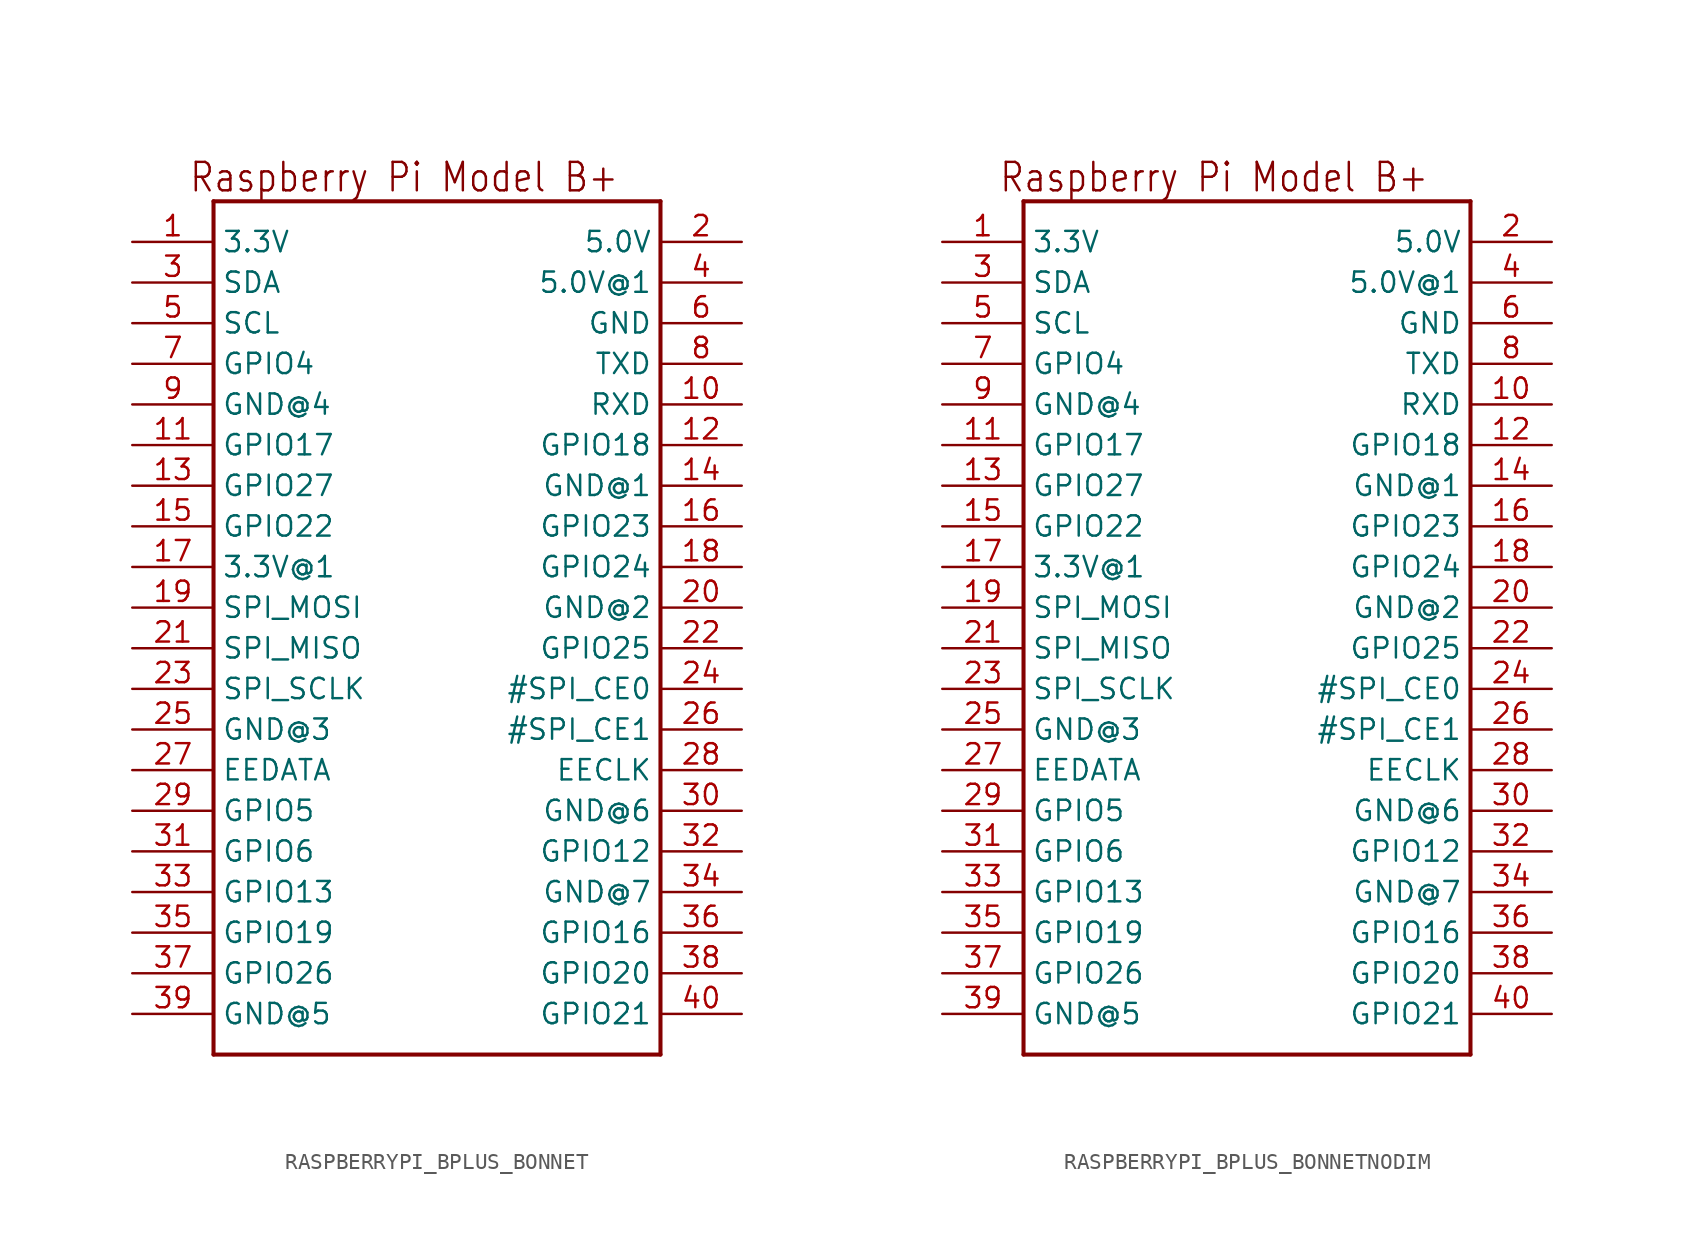
<source format=kicad_sym>
(kicad_symbol_lib
  (version 20220914)
  (generator kicad_symbol_editor)
  (symbol "RASPBERRYPI_BPLUS_BONNET"
    (property "Reference" "RPI"
      (at 0 0 0)
      (effects (font (size 1.27 1.27)) hide))
    (property "ki_locked" ""
      (at 0 0 0)
      (effects (font (size 1.27 1.27))))
    (symbol "RASPBERRYPI_BPLUS_BONNET_1_0"
      (polyline (pts (xy -12.7 -30.48) (xy -12.7 22.86)) (stroke (width 0.254) (type solid)) (fill (type none)))
      (polyline (pts (xy -12.7 22.86) (xy 15.24 22.86)) (stroke (width 0.254) (type solid)) (fill (type none)))
      (polyline (pts (xy 15.24 -30.48) (xy -12.7 -30.48)) (stroke (width 0.254) (type solid)) (fill (type none)))
      (polyline (pts (xy 15.24 22.86) (xy 15.24 -30.48)) (stroke (width 0.254) (type solid)) (fill (type none)))
      (text "Raspberry Pi Model B+" (at 12.7 25.4 0) (effects (font (size 1.778 1.511)) (justify right top)))
      (pin power_in line (at -17.78 20.32 0) (length 5.08) (name "3.3V" (effects (font (size 1.27 1.27)))) (number "1" (effects (font (size 1.27 1.27)))))
      (pin bidirectional line (at 20.32 10.16 180) (length 5.08) (name "RXD" (effects (font (size 1.27 1.27)))) (number "10" (effects (font (size 1.27 1.27)))))
      (pin bidirectional line (at -17.78 7.62 0) (length 5.08) (name "GPIO17" (effects (font (size 1.27 1.27)))) (number "11" (effects (font (size 1.27 1.27)))))
      (pin bidirectional line (at 20.32 7.62 180) (length 5.08) (name "GPIO18" (effects (font (size 1.27 1.27)))) (number "12" (effects (font (size 1.27 1.27)))))
      (pin bidirectional line (at -17.78 5.08 0) (length 5.08) (name "GPIO27" (effects (font (size 1.27 1.27)))) (number "13" (effects (font (size 1.27 1.27)))))
      (pin power_in line (at 20.32 5.08 180) (length 5.08) (name "GND@1" (effects (font (size 1.27 1.27)))) (number "14" (effects (font (size 1.27 1.27)))))
      (pin bidirectional line (at -17.78 2.54 0) (length 5.08) (name "GPIO22" (effects (font (size 1.27 1.27)))) (number "15" (effects (font (size 1.27 1.27)))))
      (pin bidirectional line (at 20.32 2.54 180) (length 5.08) (name "GPIO23" (effects (font (size 1.27 1.27)))) (number "16" (effects (font (size 1.27 1.27)))))
      (pin power_in line (at -17.78 0 0) (length 5.08) (name "3.3V@1" (effects (font (size 1.27 1.27)))) (number "17" (effects (font (size 1.27 1.27)))))
      (pin bidirectional line (at 20.32 0 180) (length 5.08) (name "GPIO24" (effects (font (size 1.27 1.27)))) (number "18" (effects (font (size 1.27 1.27)))))
      (pin bidirectional line (at -17.78 -2.54 0) (length 5.08) (name "SPI_MOSI" (effects (font (size 1.27 1.27)))) (number "19" (effects (font (size 1.27 1.27)))))
      (pin power_in line (at 20.32 20.32 180) (length 5.08) (name "5.0V" (effects (font (size 1.27 1.27)))) (number "2" (effects (font (size 1.27 1.27)))))
      (pin power_in line (at 20.32 -2.54 180) (length 5.08) (name "GND@2" (effects (font (size 1.27 1.27)))) (number "20" (effects (font (size 1.27 1.27)))))
      (pin bidirectional line (at -17.78 -5.08 0) (length 5.08) (name "SPI_MISO" (effects (font (size 1.27 1.27)))) (number "21" (effects (font (size 1.27 1.27)))))
      (pin bidirectional line (at 20.32 -5.08 180) (length 5.08) (name "GPIO25" (effects (font (size 1.27 1.27)))) (number "22" (effects (font (size 1.27 1.27)))))
      (pin bidirectional line (at -17.78 -7.62 0) (length 5.08) (name "SPI_SCLK" (effects (font (size 1.27 1.27)))) (number "23" (effects (font (size 1.27 1.27)))))
      (pin bidirectional line (at 20.32 -7.62 180) (length 5.08) (name "#SPI_CE0" (effects (font (size 1.27 1.27)))) (number "24" (effects (font (size 1.27 1.27)))))
      (pin power_in line (at -17.78 -10.16 0) (length 5.08) (name "GND@3" (effects (font (size 1.27 1.27)))) (number "25" (effects (font (size 1.27 1.27)))))
      (pin bidirectional line (at 20.32 -10.16 180) (length 5.08) (name "#SPI_CE1" (effects (font (size 1.27 1.27)))) (number "26" (effects (font (size 1.27 1.27)))))
      (pin bidirectional line (at -17.78 -12.7 0) (length 5.08) (name "EEDATA" (effects (font (size 1.27 1.27)))) (number "27" (effects (font (size 1.27 1.27)))))
      (pin bidirectional line (at 20.32 -12.7 180) (length 5.08) (name "EECLK" (effects (font (size 1.27 1.27)))) (number "28" (effects (font (size 1.27 1.27)))))
      (pin bidirectional line (at -17.78 -15.24 0) (length 5.08) (name "GPIO5" (effects (font (size 1.27 1.27)))) (number "29" (effects (font (size 1.27 1.27)))))
      (pin bidirectional line (at -17.78 17.78 0) (length 5.08) (name "SDA" (effects (font (size 1.27 1.27)))) (number "3" (effects (font (size 1.27 1.27)))))
      (pin power_in line (at 20.32 -15.24 180) (length 5.08) (name "GND@6" (effects (font (size 1.27 1.27)))) (number "30" (effects (font (size 1.27 1.27)))))
      (pin bidirectional line (at -17.78 -17.78 0) (length 5.08) (name "GPIO6" (effects (font (size 1.27 1.27)))) (number "31" (effects (font (size 1.27 1.27)))))
      (pin bidirectional line (at 20.32 -17.78 180) (length 5.08) (name "GPIO12" (effects (font (size 1.27 1.27)))) (number "32" (effects (font (size 1.27 1.27)))))
      (pin bidirectional line (at -17.78 -20.32 0) (length 5.08) (name "GPIO13" (effects (font (size 1.27 1.27)))) (number "33" (effects (font (size 1.27 1.27)))))
      (pin power_in line (at 20.32 -20.32 180) (length 5.08) (name "GND@7" (effects (font (size 1.27 1.27)))) (number "34" (effects (font (size 1.27 1.27)))))
      (pin bidirectional line (at -17.78 -22.86 0) (length 5.08) (name "GPIO19" (effects (font (size 1.27 1.27)))) (number "35" (effects (font (size 1.27 1.27)))))
      (pin bidirectional line (at 20.32 -22.86 180) (length 5.08) (name "GPIO16" (effects (font (size 1.27 1.27)))) (number "36" (effects (font (size 1.27 1.27)))))
      (pin bidirectional line (at -17.78 -25.4 0) (length 5.08) (name "GPIO26" (effects (font (size 1.27 1.27)))) (number "37" (effects (font (size 1.27 1.27)))))
      (pin bidirectional line (at 20.32 -25.4 180) (length 5.08) (name "GPIO20" (effects (font (size 1.27 1.27)))) (number "38" (effects (font (size 1.27 1.27)))))
      (pin power_in line (at -17.78 -27.94 0) (length 5.08) (name "GND@5" (effects (font (size 1.27 1.27)))) (number "39" (effects (font (size 1.27 1.27)))))
      (pin power_in line (at 20.32 17.78 180) (length 5.08) (name "5.0V@1" (effects (font (size 1.27 1.27)))) (number "4" (effects (font (size 1.27 1.27)))))
      (pin bidirectional line (at 20.32 -27.94 180) (length 5.08) (name "GPIO21" (effects (font (size 1.27 1.27)))) (number "40" (effects (font (size 1.27 1.27)))))
      (pin bidirectional line (at -17.78 15.24 0) (length 5.08) (name "SCL" (effects (font (size 1.27 1.27)))) (number "5" (effects (font (size 1.27 1.27)))))
      (pin power_in line (at 20.32 15.24 180) (length 5.08) (name "GND" (effects (font (size 1.27 1.27)))) (number "6" (effects (font (size 1.27 1.27)))))
      (pin bidirectional line (at -17.78 12.7 0) (length 5.08) (name "GPIO4" (effects (font (size 1.27 1.27)))) (number "7" (effects (font (size 1.27 1.27)))))
      (pin bidirectional line (at 20.32 12.7 180) (length 5.08) (name "TXD" (effects (font (size 1.27 1.27)))) (number "8" (effects (font (size 1.27 1.27)))))
      (pin power_in line (at -17.78 10.16 0) (length 5.08) (name "GND@4" (effects (font (size 1.27 1.27)))) (number "9" (effects (font (size 1.27 1.27)))))))
  (symbol "RASPBERRYPI_BPLUS_BONNETNODIM"
    (property "Reference" "RPI"
      (at 0 0 0)
      (effects (font (size 1.27 1.27)) hide))
    (property "ki_locked" ""
      (at 0 0 0)
      (effects (font (size 1.27 1.27))))
    (symbol "RASPBERRYPI_BPLUS_BONNETNODIM_1_0"
      (polyline (pts (xy -12.7 -30.48) (xy -12.7 22.86)) (stroke (width 0.254) (type solid)) (fill (type none)))
      (polyline (pts (xy -12.7 22.86) (xy 15.24 22.86)) (stroke (width 0.254) (type solid)) (fill (type none)))
      (polyline (pts (xy 15.24 -30.48) (xy -12.7 -30.48)) (stroke (width 0.254) (type solid)) (fill (type none)))
      (polyline (pts (xy 15.24 22.86) (xy 15.24 -30.48)) (stroke (width 0.254) (type solid)) (fill (type none)))
      (text "Raspberry Pi Model B+" (at 12.7 25.4 0) (effects (font (size 1.778 1.511)) (justify right top)))
      (pin power_in line (at -17.78 20.32 0) (length 5.08) (name "3.3V" (effects (font (size 1.27 1.27)))) (number "1" (effects (font (size 1.27 1.27)))))
      (pin bidirectional line (at 20.32 10.16 180) (length 5.08) (name "RXD" (effects (font (size 1.27 1.27)))) (number "10" (effects (font (size 1.27 1.27)))))
      (pin bidirectional line (at -17.78 7.62 0) (length 5.08) (name "GPIO17" (effects (font (size 1.27 1.27)))) (number "11" (effects (font (size 1.27 1.27)))))
      (pin bidirectional line (at 20.32 7.62 180) (length 5.08) (name "GPIO18" (effects (font (size 1.27 1.27)))) (number "12" (effects (font (size 1.27 1.27)))))
      (pin bidirectional line (at -17.78 5.08 0) (length 5.08) (name "GPIO27" (effects (font (size 1.27 1.27)))) (number "13" (effects (font (size 1.27 1.27)))))
      (pin power_in line (at 20.32 5.08 180) (length 5.08) (name "GND@1" (effects (font (size 1.27 1.27)))) (number "14" (effects (font (size 1.27 1.27)))))
      (pin bidirectional line (at -17.78 2.54 0) (length 5.08) (name "GPIO22" (effects (font (size 1.27 1.27)))) (number "15" (effects (font (size 1.27 1.27)))))
      (pin bidirectional line (at 20.32 2.54 180) (length 5.08) (name "GPIO23" (effects (font (size 1.27 1.27)))) (number "16" (effects (font (size 1.27 1.27)))))
      (pin power_in line (at -17.78 0 0) (length 5.08) (name "3.3V@1" (effects (font (size 1.27 1.27)))) (number "17" (effects (font (size 1.27 1.27)))))
      (pin bidirectional line (at 20.32 0 180) (length 5.08) (name "GPIO24" (effects (font (size 1.27 1.27)))) (number "18" (effects (font (size 1.27 1.27)))))
      (pin bidirectional line (at -17.78 -2.54 0) (length 5.08) (name "SPI_MOSI" (effects (font (size 1.27 1.27)))) (number "19" (effects (font (size 1.27 1.27)))))
      (pin power_in line (at 20.32 20.32 180) (length 5.08) (name "5.0V" (effects (font (size 1.27 1.27)))) (number "2" (effects (font (size 1.27 1.27)))))
      (pin power_in line (at 20.32 -2.54 180) (length 5.08) (name "GND@2" (effects (font (size 1.27 1.27)))) (number "20" (effects (font (size 1.27 1.27)))))
      (pin bidirectional line (at -17.78 -5.08 0) (length 5.08) (name "SPI_MISO" (effects (font (size 1.27 1.27)))) (number "21" (effects (font (size 1.27 1.27)))))
      (pin bidirectional line (at 20.32 -5.08 180) (length 5.08) (name "GPIO25" (effects (font (size 1.27 1.27)))) (number "22" (effects (font (size 1.27 1.27)))))
      (pin bidirectional line (at -17.78 -7.62 0) (length 5.08) (name "SPI_SCLK" (effects (font (size 1.27 1.27)))) (number "23" (effects (font (size 1.27 1.27)))))
      (pin bidirectional line (at 20.32 -7.62 180) (length 5.08) (name "#SPI_CE0" (effects (font (size 1.27 1.27)))) (number "24" (effects (font (size 1.27 1.27)))))
      (pin power_in line (at -17.78 -10.16 0) (length 5.08) (name "GND@3" (effects (font (size 1.27 1.27)))) (number "25" (effects (font (size 1.27 1.27)))))
      (pin bidirectional line (at 20.32 -10.16 180) (length 5.08) (name "#SPI_CE1" (effects (font (size 1.27 1.27)))) (number "26" (effects (font (size 1.27 1.27)))))
      (pin bidirectional line (at -17.78 -12.7 0) (length 5.08) (name "EEDATA" (effects (font (size 1.27 1.27)))) (number "27" (effects (font (size 1.27 1.27)))))
      (pin bidirectional line (at 20.32 -12.7 180) (length 5.08) (name "EECLK" (effects (font (size 1.27 1.27)))) (number "28" (effects (font (size 1.27 1.27)))))
      (pin bidirectional line (at -17.78 -15.24 0) (length 5.08) (name "GPIO5" (effects (font (size 1.27 1.27)))) (number "29" (effects (font (size 1.27 1.27)))))
      (pin bidirectional line (at -17.78 17.78 0) (length 5.08) (name "SDA" (effects (font (size 1.27 1.27)))) (number "3" (effects (font (size 1.27 1.27)))))
      (pin power_in line (at 20.32 -15.24 180) (length 5.08) (name "GND@6" (effects (font (size 1.27 1.27)))) (number "30" (effects (font (size 1.27 1.27)))))
      (pin bidirectional line (at -17.78 -17.78 0) (length 5.08) (name "GPIO6" (effects (font (size 1.27 1.27)))) (number "31" (effects (font (size 1.27 1.27)))))
      (pin bidirectional line (at 20.32 -17.78 180) (length 5.08) (name "GPIO12" (effects (font (size 1.27 1.27)))) (number "32" (effects (font (size 1.27 1.27)))))
      (pin bidirectional line (at -17.78 -20.32 0) (length 5.08) (name "GPIO13" (effects (font (size 1.27 1.27)))) (number "33" (effects (font (size 1.27 1.27)))))
      (pin power_in line (at 20.32 -20.32 180) (length 5.08) (name "GND@7" (effects (font (size 1.27 1.27)))) (number "34" (effects (font (size 1.27 1.27)))))
      (pin bidirectional line (at -17.78 -22.86 0) (length 5.08) (name "GPIO19" (effects (font (size 1.27 1.27)))) (number "35" (effects (font (size 1.27 1.27)))))
      (pin bidirectional line (at 20.32 -22.86 180) (length 5.08) (name "GPIO16" (effects (font (size 1.27 1.27)))) (number "36" (effects (font (size 1.27 1.27)))))
      (pin bidirectional line (at -17.78 -25.4 0) (length 5.08) (name "GPIO26" (effects (font (size 1.27 1.27)))) (number "37" (effects (font (size 1.27 1.27)))))
      (pin bidirectional line (at 20.32 -25.4 180) (length 5.08) (name "GPIO20" (effects (font (size 1.27 1.27)))) (number "38" (effects (font (size 1.27 1.27)))))
      (pin power_in line (at -17.78 -27.94 0) (length 5.08) (name "GND@5" (effects (font (size 1.27 1.27)))) (number "39" (effects (font (size 1.27 1.27)))))
      (pin power_in line (at 20.32 17.78 180) (length 5.08) (name "5.0V@1" (effects (font (size 1.27 1.27)))) (number "4" (effects (font (size 1.27 1.27)))))
      (pin bidirectional line (at 20.32 -27.94 180) (length 5.08) (name "GPIO21" (effects (font (size 1.27 1.27)))) (number "40" (effects (font (size 1.27 1.27)))))
      (pin bidirectional line (at -17.78 15.24 0) (length 5.08) (name "SCL" (effects (font (size 1.27 1.27)))) (number "5" (effects (font (size 1.27 1.27)))))
      (pin power_in line (at 20.32 15.24 180) (length 5.08) (name "GND" (effects (font (size 1.27 1.27)))) (number "6" (effects (font (size 1.27 1.27)))))
      (pin bidirectional line (at -17.78 12.7 0) (length 5.08) (name "GPIO4" (effects (font (size 1.27 1.27)))) (number "7" (effects (font (size 1.27 1.27)))))
      (pin bidirectional line (at 20.32 12.7 180) (length 5.08) (name "TXD" (effects (font (size 1.27 1.27)))) (number "8" (effects (font (size 1.27 1.27)))))
      (pin power_in line (at -17.78 10.16 0) (length 5.08) (name "GND@4" (effects (font (size 1.27 1.27)))) (number "9" (effects (font (size 1.27 1.27))))))))
</source>
